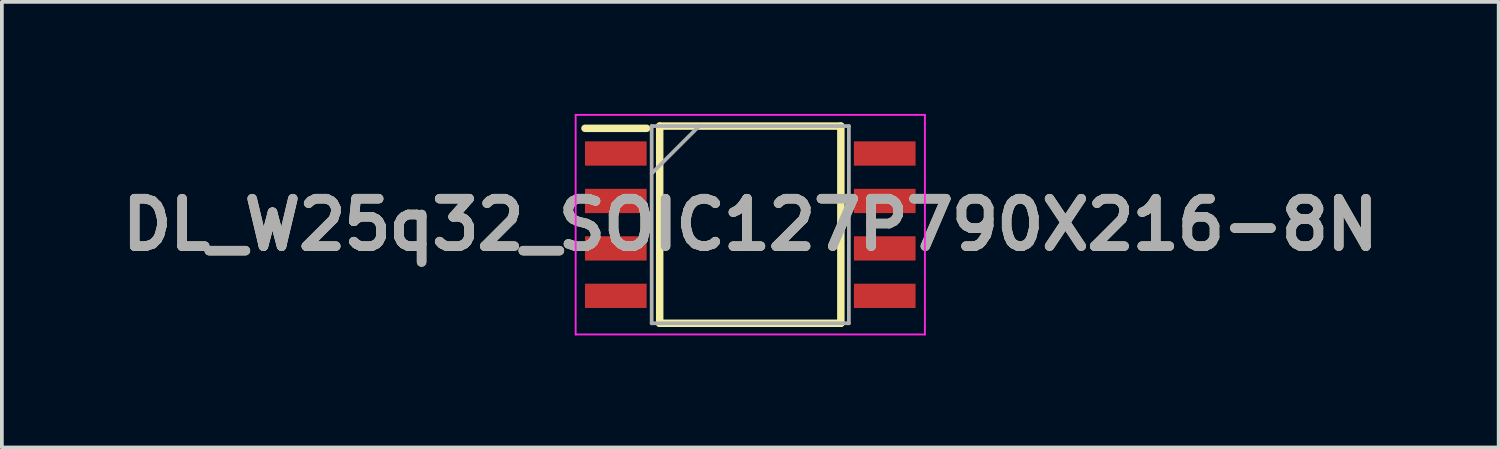
<source format=kicad_pcb>
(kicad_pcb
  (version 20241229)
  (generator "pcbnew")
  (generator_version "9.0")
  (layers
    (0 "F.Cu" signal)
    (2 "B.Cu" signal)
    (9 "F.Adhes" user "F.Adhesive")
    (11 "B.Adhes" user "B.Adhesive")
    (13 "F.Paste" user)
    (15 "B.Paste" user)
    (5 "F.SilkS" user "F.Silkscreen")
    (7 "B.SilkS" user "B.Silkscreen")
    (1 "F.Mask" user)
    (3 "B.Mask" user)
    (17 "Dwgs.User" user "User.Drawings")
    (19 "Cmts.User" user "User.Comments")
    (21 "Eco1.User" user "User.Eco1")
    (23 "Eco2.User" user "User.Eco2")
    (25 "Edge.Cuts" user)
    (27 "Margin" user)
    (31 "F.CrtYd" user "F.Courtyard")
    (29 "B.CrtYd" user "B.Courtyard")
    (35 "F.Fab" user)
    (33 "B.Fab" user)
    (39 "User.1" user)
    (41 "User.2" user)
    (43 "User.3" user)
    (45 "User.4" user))
  (footprint "DL_W25q32_SOIC127P790X216-8N"
    (layer "F.Cu")
    (at 17.036 2.965)
    (property "Reference" "DL_W25q32_SOIC127P790X216-8N" (at 0 0 0) (layer "F.SilkS") (effects (font (size 1.27 1.27) (thickness 0.254))))
    (attr smd)
    (fp_line (start -4.425 -2.58) (end -2.775 -2.58) (stroke (width 0.2) (type solid)) (layer "F.SilkS"))
    (fp_line (start -2.425 -2.64) (end 2.425 -2.64) (stroke (width 0.2) (type solid)) (layer "F.SilkS"))
    (fp_line (start -2.425 2.64) (end -2.425 -2.64) (stroke (width 0.2) (type solid)) (layer "F.SilkS"))
    (fp_line (start 2.425 -2.64) (end 2.425 2.64) (stroke (width 0.2) (type solid)) (layer "F.SilkS"))
    (fp_line (start 2.425 2.64) (end -2.425 2.64) (stroke (width 0.2) (type solid)) (layer "F.SilkS"))
    (fp_line (start -4.675 -2.94) (end 4.675 -2.94) (stroke (width 0.05) (type solid)) (layer "F.CrtYd"))
    (fp_line (start -4.675 2.94) (end -4.675 -2.94) (stroke (width 0.05) (type solid)) (layer "F.CrtYd"))
    (fp_line (start 4.675 -2.94) (end 4.675 2.94) (stroke (width 0.05) (type solid)) (layer "F.CrtYd"))
    (fp_line (start 4.675 2.94) (end -4.675 2.94) (stroke (width 0.05) (type solid)) (layer "F.CrtYd"))
    (fp_line (start -2.64 -2.64) (end 2.64 -2.64) (stroke (width 0.1) (type solid)) (layer "F.Fab"))
    (fp_line (start -2.64 -1.37) (end -1.37 -2.64) (stroke (width 0.1) (type solid)) (layer "F.Fab"))
    (fp_line (start -2.64 2.64) (end -2.64 -2.64) (stroke (width 0.1) (type solid)) (layer "F.Fab"))
    (fp_line (start 2.64 -2.64) (end 2.64 2.64) (stroke (width 0.1) (type solid)) (layer "F.Fab"))
    (fp_line (start 2.64 2.64) (end -2.64 2.64) (stroke (width 0.1) (type solid)) (layer "F.Fab"))
    (fp_text user "${REFERENCE}" (at 0 0 0) (layer "F.Fab") (effects (font (size 1.27 1.27) (thickness 0.254))))
    (pad "1" smd rect (at -3.6 -1.905 90) (size 0.65 1.65) (layers "F.Cu" "F.Mask" "F.Paste"))
    (pad "2" smd rect (at -3.6 -0.635 90) (size 0.65 1.65) (layers "F.Cu" "F.Mask" "F.Paste"))
    (pad "3" smd rect (at -3.6 0.635 90) (size 0.65 1.65) (layers "F.Cu" "F.Mask" "F.Paste"))
    (pad "4" smd rect (at -3.6 1.905 90) (size 0.65 1.65) (layers "F.Cu" "F.Mask" "F.Paste"))
    (pad "5" smd rect (at 3.6 1.905 90) (size 0.65 1.65) (layers "F.Cu" "F.Mask" "F.Paste"))
    (pad "6" smd rect (at 3.6 0.635 90) (size 0.65 1.65) (layers "F.Cu" "F.Mask" "F.Paste"))
    (pad "7" smd rect (at 3.6 -0.635 90) (size 0.65 1.65) (layers "F.Cu" "F.Mask" "F.Paste"))
    (pad "8" smd rect (at 3.6 -1.905 90) (size 0.65 1.65) (layers "F.Cu" "F.Mask" "F.Paste")))
  (gr_rect
    (start -3 -3)
    (end 37.072 8.93)
    (stroke (width 0.1) (type default))
    (fill no)
    (layer "Edge.Cuts")))
</source>
